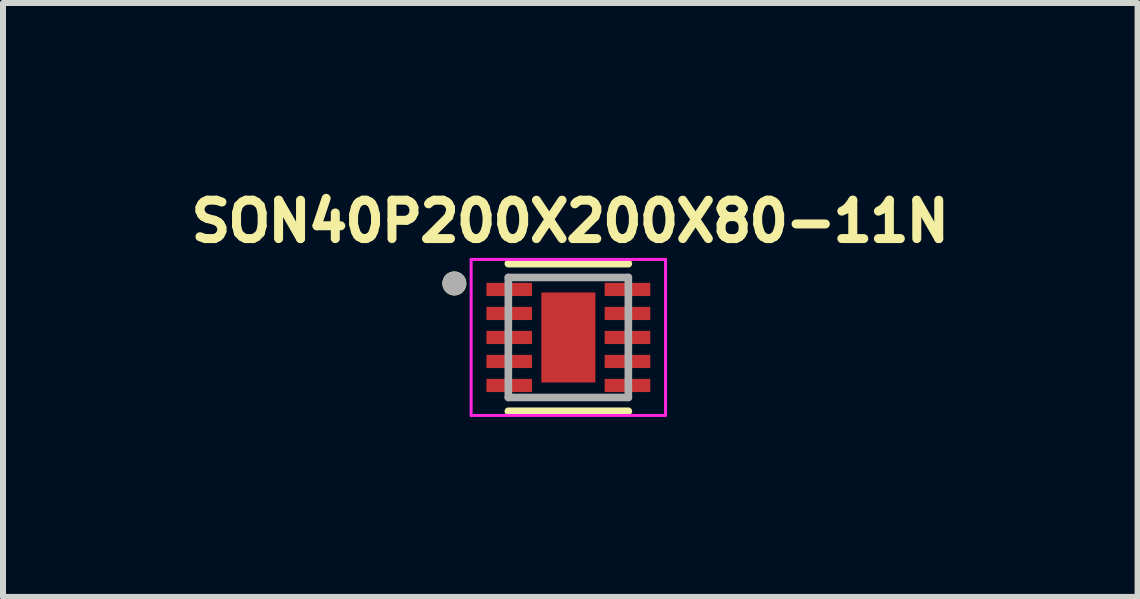
<source format=kicad_pcb>
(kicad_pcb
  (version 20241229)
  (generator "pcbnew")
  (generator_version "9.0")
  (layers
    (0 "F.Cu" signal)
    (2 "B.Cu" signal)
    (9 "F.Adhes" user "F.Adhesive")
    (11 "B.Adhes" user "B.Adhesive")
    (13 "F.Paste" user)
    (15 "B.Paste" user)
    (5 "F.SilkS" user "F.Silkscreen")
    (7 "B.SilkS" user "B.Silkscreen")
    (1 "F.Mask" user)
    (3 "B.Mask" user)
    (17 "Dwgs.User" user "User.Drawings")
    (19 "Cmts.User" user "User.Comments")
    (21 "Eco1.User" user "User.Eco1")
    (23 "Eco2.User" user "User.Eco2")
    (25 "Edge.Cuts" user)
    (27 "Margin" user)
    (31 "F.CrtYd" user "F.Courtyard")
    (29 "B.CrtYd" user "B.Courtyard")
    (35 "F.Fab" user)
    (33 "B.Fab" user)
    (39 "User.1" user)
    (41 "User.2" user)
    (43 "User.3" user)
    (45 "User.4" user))
  (footprint "SON40P200X200X80-11N"
    (layer "F.Cu")
    (at 6.422 2.574)
    (property "Reference" "SON40P200X200X80-11N" (at 0.032 -1.936 0) (layer "F.SilkS") (effects (font (size 0.64 0.64) (thickness 0.15))))
    (attr smd)
    (fp_line (start -1 -1.23) (end 1 -1.23) (stroke (width 0.127) (type solid)) (layer "F.SilkS"))
    (fp_line (start -1 1.23) (end 1 1.23) (stroke (width 0.127) (type solid)) (layer "F.SilkS"))
    (fp_circle (center -1.9 -0.9) (end -1.8 -0.9) (stroke (width 0.2) (type solid)) (fill no) (layer "F.SilkS"))
    (fp_poly (pts (xy -0.285 -0.475) (xy 0.285 -0.475) (xy 0.285 0.475) (xy -0.285 0.475)) (stroke (width 0.01) (type solid)) (fill yes) (layer "F.Paste"))
    (fp_line (start -1.62 -1.3) (end 1.62 -1.3) (stroke (width 0.05) (type solid)) (layer "F.CrtYd"))
    (fp_line (start -1.62 1.3) (end -1.62 -1.3) (stroke (width 0.05) (type solid)) (layer "F.CrtYd"))
    (fp_line (start 1.62 -1.3) (end 1.62 1.3) (stroke (width 0.05) (type solid)) (layer "F.CrtYd"))
    (fp_line (start 1.62 1.3) (end -1.62 1.3) (stroke (width 0.05) (type solid)) (layer "F.CrtYd"))
    (fp_line (start -1 -1) (end 1 -1) (stroke (width 0.127) (type solid)) (layer "F.Fab"))
    (fp_line (start -1 1) (end -1 -1) (stroke (width 0.127) (type solid)) (layer "F.Fab"))
    (fp_line (start 1 -1) (end 1 1) (stroke (width 0.127) (type solid)) (layer "F.Fab"))
    (fp_line (start 1 1) (end -1 1) (stroke (width 0.127) (type solid)) (layer "F.Fab"))
    (fp_circle (center -1.9 -0.9) (end -1.8 -0.9) (stroke (width 0.2) (type solid)) (fill no) (layer "F.Fab"))
    (pad "1" smd rect (at -0.985 -0.8) (size 0.76 0.22) (layers "F.Cu" "F.Mask" "F.Paste"))
    (pad "2" smd rect (at -0.985 -0.4) (size 0.76 0.22) (layers "F.Cu" "F.Mask" "F.Paste"))
    (pad "3" smd rect (at -0.985 0) (size 0.76 0.22) (layers "F.Cu" "F.Mask" "F.Paste"))
    (pad "4" smd rect (at -0.985 0.4) (size 0.76 0.22) (layers "F.Cu" "F.Mask" "F.Paste"))
    (pad "5" smd rect (at -0.985 0.8) (size 0.76 0.22) (layers "F.Cu" "F.Mask" "F.Paste"))
    (pad "6" smd rect (at 0.985 0.8) (size 0.76 0.22) (layers "F.Cu" "F.Mask" "F.Paste"))
    (pad "7" smd rect (at 0.985 0.4) (size 0.76 0.22) (layers "F.Cu" "F.Mask" "F.Paste"))
    (pad "8" smd rect (at 0.985 0) (size 0.76 0.22) (layers "F.Cu" "F.Mask" "F.Paste"))
    (pad "9" smd rect (at 0.985 -0.4) (size 0.76 0.22) (layers "F.Cu" "F.Mask" "F.Paste"))
    (pad "10" smd rect (at 0.985 -0.8) (size 0.76 0.22) (layers "F.Cu" "F.Mask" "F.Paste"))
    (pad "11" smd rect (at 0 0) (size 0.9 1.5) (layers "F.Cu" "F.Mask")))
  (gr_rect
    (start -3 -3)
    (end 15.909 6.899)
    (stroke (width 0.1) (type default))
    (fill no)
    (layer "Edge.Cuts")))
</source>
